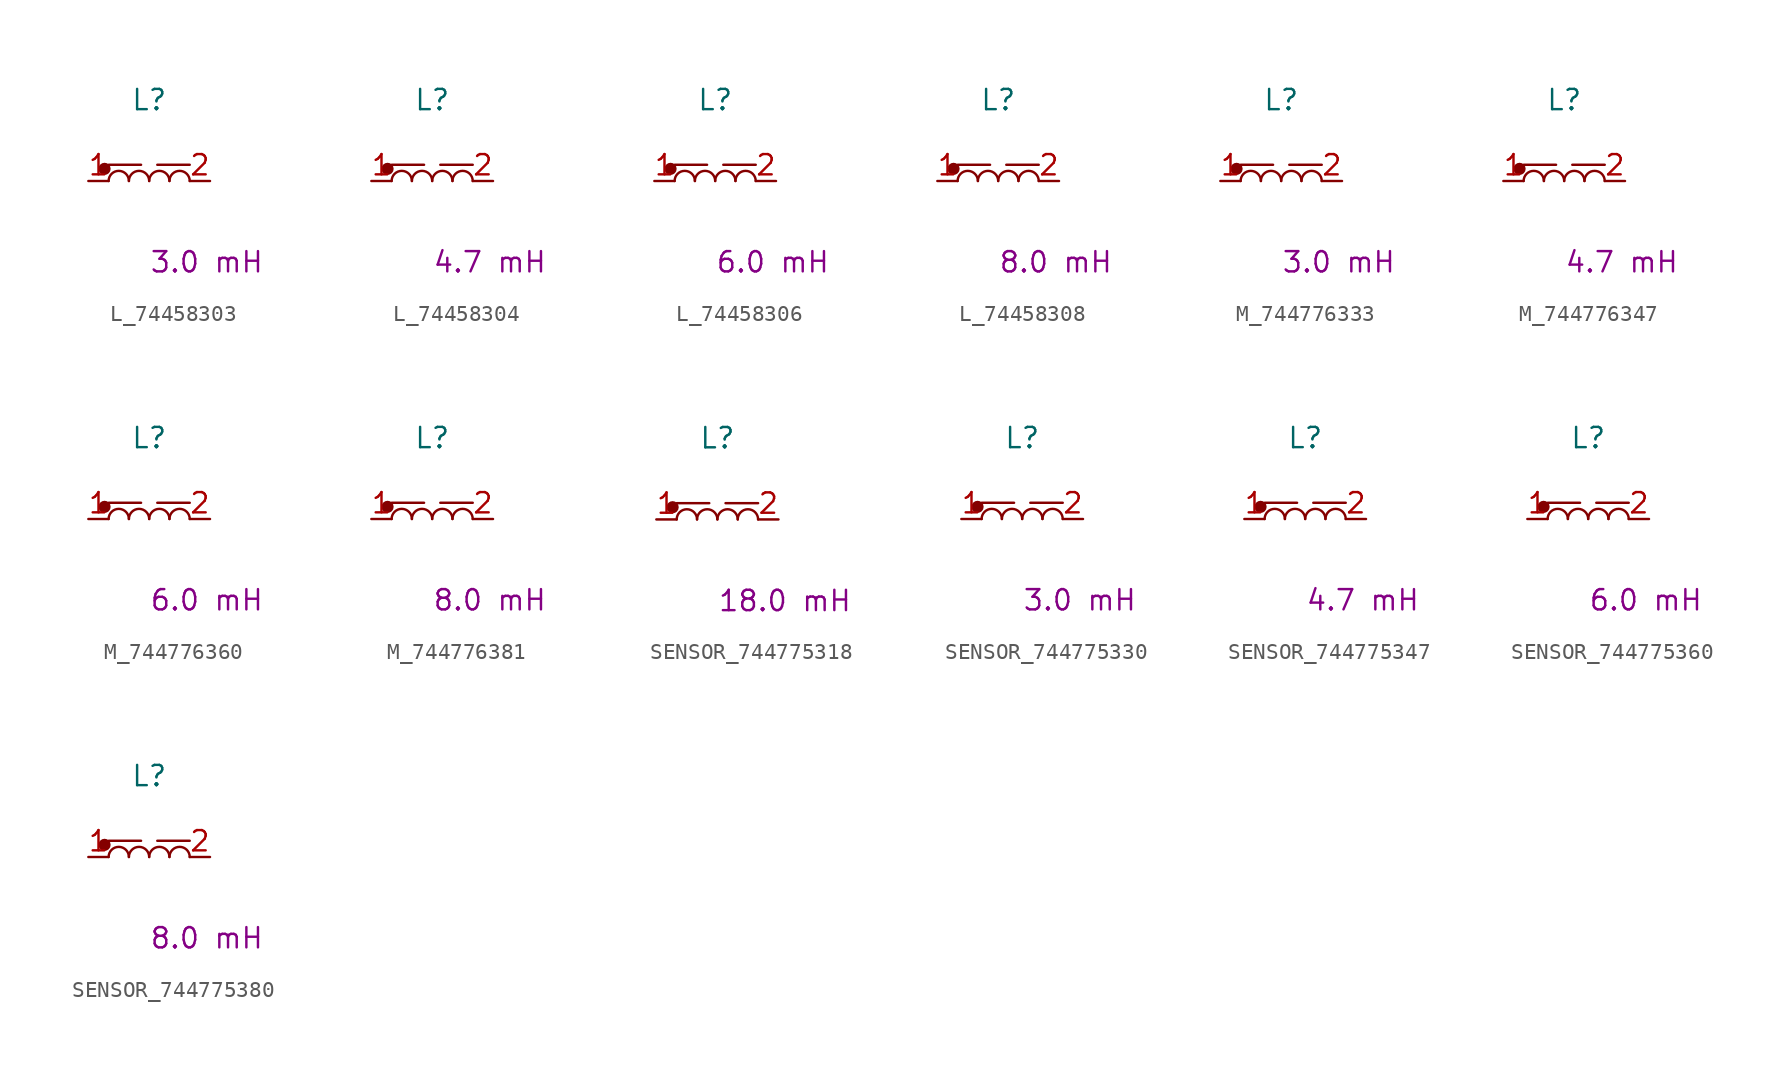
<source format=kicad_sym>
(kicad_symbol_lib
  (version 20220914)
  (generator kicad_symbol_editor)
  (symbol "L_74458303"
    (pin_names hide)
    (property "Reference" "L"
      (at 0 5.08 0)
      (effects (font (size 1.27 1.27))))
    (property "Critical Parameter" "3.0 mH"
      (at 0 -5.08 0)
      (effects (font (size 1.27 1.27)) (justify left)))
    (symbol "L_74458303_0_1"
      (arc (start -1.27 0) (mid -1.905 0.6323) (end -2.54 0) (stroke (width 0) (type default)) (fill (type none)))
      (arc (start 0 0) (mid -0.635 0.6323) (end -1.27 0) (stroke (width 0) (type default)) (fill (type none)))
      (polyline (pts (xy -2.54 1.016) (xy -0.508 1.016)) (stroke (width 0) (type default)) (fill (type none)))
      (arc (start 1.27 0) (mid 0.635 0.6323) (end 0 0) (stroke (width 0) (type default)) (fill (type none)))
      (arc (start 2.54 0) (mid 1.905 0.6323) (end 1.27 0) (stroke (width 0) (type default)) (fill (type none))))
    (symbol "L_74458303_1_1"
      (circle (center -2.794 0.762) (radius 0.0001) (stroke (width 0.381) (type default)) (fill (type none)))
      (polyline (pts (xy 2.54 1.016) (xy 0.508 1.016)) (stroke (width 0) (type default)) (fill (type none)))
      (pin passive line (at -3.81 0 0) (length 1.27) (name "1" (effects (font (size 1.27 1.27)))) (number "1" (effects (font (size 1.27 1.27)))))
      (pin passive line (at 3.81 0 180) (length 1.27) (name "2" (effects (font (size 1.27 1.27)))) (number "2" (effects (font (size 1.27 1.27)))))))
  (symbol "L_74458304"
    (pin_names hide)
    (property "Reference" "L"
      (at 0 5.08 0)
      (effects (font (size 1.27 1.27))))
    (property "Critical Parameter" "4.7 mH"
      (at 0 -5.08 0)
      (effects (font (size 1.27 1.27)) (justify left)))
    (symbol "L_74458304_0_1"
      (arc (start -1.27 0) (mid -1.905 0.6323) (end -2.54 0) (stroke (width 0) (type default)) (fill (type none)))
      (arc (start 0 0) (mid -0.635 0.6323) (end -1.27 0) (stroke (width 0) (type default)) (fill (type none)))
      (polyline (pts (xy -2.54 1.016) (xy -0.508 1.016)) (stroke (width 0) (type default)) (fill (type none)))
      (arc (start 1.27 0) (mid 0.635 0.6323) (end 0 0) (stroke (width 0) (type default)) (fill (type none)))
      (arc (start 2.54 0) (mid 1.905 0.6323) (end 1.27 0) (stroke (width 0) (type default)) (fill (type none))))
    (symbol "L_74458304_1_1"
      (circle (center -2.794 0.762) (radius 0.0001) (stroke (width 0.381) (type default)) (fill (type none)))
      (polyline (pts (xy 2.54 1.016) (xy 0.508 1.016)) (stroke (width 0) (type default)) (fill (type none)))
      (pin passive line (at -3.81 0 0) (length 1.27) (name "1" (effects (font (size 1.27 1.27)))) (number "1" (effects (font (size 1.27 1.27)))))
      (pin passive line (at 3.81 0 180) (length 1.27) (name "2" (effects (font (size 1.27 1.27)))) (number "2" (effects (font (size 1.27 1.27)))))))
  (symbol "L_74458306"
    (pin_names hide)
    (property "Reference" "L"
      (at 0 5.08 0)
      (effects (font (size 1.27 1.27))))
    (property "Critical Parameter" "6.0 mH"
      (at 0 -5.08 0)
      (effects (font (size 1.27 1.27)) (justify left)))
    (symbol "L_74458306_0_1"
      (arc (start -1.27 0) (mid -1.905 0.6323) (end -2.54 0) (stroke (width 0) (type default)) (fill (type none)))
      (arc (start 0 0) (mid -0.635 0.6323) (end -1.27 0) (stroke (width 0) (type default)) (fill (type none)))
      (polyline (pts (xy -2.54 1.016) (xy -0.508 1.016)) (stroke (width 0) (type default)) (fill (type none)))
      (arc (start 1.27 0) (mid 0.635 0.6323) (end 0 0) (stroke (width 0) (type default)) (fill (type none)))
      (arc (start 2.54 0) (mid 1.905 0.6323) (end 1.27 0) (stroke (width 0) (type default)) (fill (type none))))
    (symbol "L_74458306_1_1"
      (circle (center -2.794 0.762) (radius 0.0001) (stroke (width 0.381) (type default)) (fill (type none)))
      (polyline (pts (xy 2.54 1.016) (xy 0.508 1.016)) (stroke (width 0) (type default)) (fill (type none)))
      (pin passive line (at -3.81 0 0) (length 1.27) (name "1" (effects (font (size 1.27 1.27)))) (number "1" (effects (font (size 1.27 1.27)))))
      (pin passive line (at 3.81 0 180) (length 1.27) (name "2" (effects (font (size 1.27 1.27)))) (number "2" (effects (font (size 1.27 1.27)))))))
  (symbol "L_74458308"
    (pin_names hide)
    (property "Reference" "L"
      (at 0 5.08 0)
      (effects (font (size 1.27 1.27))))
    (property "Critical Parameter" "8.0 mH"
      (at 0 -5.08 0)
      (effects (font (size 1.27 1.27)) (justify left)))
    (symbol "L_74458308_0_1"
      (arc (start -1.27 0) (mid -1.905 0.6323) (end -2.54 0) (stroke (width 0) (type default)) (fill (type none)))
      (arc (start 0 0) (mid -0.635 0.6323) (end -1.27 0) (stroke (width 0) (type default)) (fill (type none)))
      (polyline (pts (xy -2.54 1.016) (xy -0.508 1.016)) (stroke (width 0) (type default)) (fill (type none)))
      (arc (start 1.27 0) (mid 0.635 0.6323) (end 0 0) (stroke (width 0) (type default)) (fill (type none)))
      (arc (start 2.54 0) (mid 1.905 0.6323) (end 1.27 0) (stroke (width 0) (type default)) (fill (type none))))
    (symbol "L_74458308_1_1"
      (circle (center -2.794 0.762) (radius 0.0001) (stroke (width 0.381) (type default)) (fill (type none)))
      (polyline (pts (xy 2.54 1.016) (xy 0.508 1.016)) (stroke (width 0) (type default)) (fill (type none)))
      (pin passive line (at -3.81 0 0) (length 1.27) (name "1" (effects (font (size 1.27 1.27)))) (number "1" (effects (font (size 1.27 1.27)))))
      (pin passive line (at 3.81 0 180) (length 1.27) (name "2" (effects (font (size 1.27 1.27)))) (number "2" (effects (font (size 1.27 1.27)))))))
  (symbol "M_744776333"
    (pin_names hide)
    (property "Reference" "L"
      (at 0 5.08 0)
      (effects (font (size 1.27 1.27))))
    (property "Critical Parameter" "3.0 mH"
      (at 0 -5.08 0)
      (effects (font (size 1.27 1.27)) (justify left)))
    (symbol "M_744776333_0_1"
      (arc (start -1.27 0) (mid -1.905 0.6323) (end -2.54 0) (stroke (width 0) (type default)) (fill (type none)))
      (arc (start 0 0) (mid -0.635 0.6323) (end -1.27 0) (stroke (width 0) (type default)) (fill (type none)))
      (polyline (pts (xy -2.54 1.016) (xy -0.508 1.016)) (stroke (width 0) (type default)) (fill (type none)))
      (arc (start 1.27 0) (mid 0.635 0.6323) (end 0 0) (stroke (width 0) (type default)) (fill (type none)))
      (arc (start 2.54 0) (mid 1.905 0.6323) (end 1.27 0) (stroke (width 0) (type default)) (fill (type none))))
    (symbol "M_744776333_1_1"
      (circle (center -2.794 0.762) (radius 0.0001) (stroke (width 0.381) (type default)) (fill (type none)))
      (polyline (pts (xy 2.54 1.016) (xy 0.508 1.016)) (stroke (width 0) (type default)) (fill (type none)))
      (pin passive line (at -3.81 0 0) (length 1.27) (name "1" (effects (font (size 1.27 1.27)))) (number "1" (effects (font (size 1.27 1.27)))))
      (pin passive line (at 3.81 0 180) (length 1.27) (name "2" (effects (font (size 1.27 1.27)))) (number "2" (effects (font (size 1.27 1.27)))))))
  (symbol "M_744776347"
    (pin_names hide)
    (property "Reference" "L"
      (at 0 5.08 0)
      (effects (font (size 1.27 1.27))))
    (property "Critical Parameter" "4.7 mH"
      (at 0 -5.08 0)
      (effects (font (size 1.27 1.27)) (justify left)))
    (symbol "M_744776347_0_1"
      (arc (start -1.27 0) (mid -1.905 0.6323) (end -2.54 0) (stroke (width 0) (type default)) (fill (type none)))
      (arc (start 0 0) (mid -0.635 0.6323) (end -1.27 0) (stroke (width 0) (type default)) (fill (type none)))
      (polyline (pts (xy -2.54 1.016) (xy -0.508 1.016)) (stroke (width 0) (type default)) (fill (type none)))
      (arc (start 1.27 0) (mid 0.635 0.6323) (end 0 0) (stroke (width 0) (type default)) (fill (type none)))
      (arc (start 2.54 0) (mid 1.905 0.6323) (end 1.27 0) (stroke (width 0) (type default)) (fill (type none))))
    (symbol "M_744776347_1_1"
      (circle (center -2.794 0.762) (radius 0.0001) (stroke (width 0.381) (type default)) (fill (type none)))
      (polyline (pts (xy 2.54 1.016) (xy 0.508 1.016)) (stroke (width 0) (type default)) (fill (type none)))
      (pin passive line (at -3.81 0 0) (length 1.27) (name "1" (effects (font (size 1.27 1.27)))) (number "1" (effects (font (size 1.27 1.27)))))
      (pin passive line (at 3.81 0 180) (length 1.27) (name "2" (effects (font (size 1.27 1.27)))) (number "2" (effects (font (size 1.27 1.27)))))))
  (symbol "M_744776360"
    (pin_names hide)
    (property "Reference" "L"
      (at 0 5.08 0)
      (effects (font (size 1.27 1.27))))
    (property "Critical Parameter" "6.0 mH"
      (at 0 -5.08 0)
      (effects (font (size 1.27 1.27)) (justify left)))
    (symbol "M_744776360_0_1"
      (arc (start -1.27 0) (mid -1.905 0.6323) (end -2.54 0) (stroke (width 0) (type default)) (fill (type none)))
      (arc (start 0 0) (mid -0.635 0.6323) (end -1.27 0) (stroke (width 0) (type default)) (fill (type none)))
      (polyline (pts (xy -2.54 1.016) (xy -0.508 1.016)) (stroke (width 0) (type default)) (fill (type none)))
      (arc (start 1.27 0) (mid 0.635 0.6323) (end 0 0) (stroke (width 0) (type default)) (fill (type none)))
      (arc (start 2.54 0) (mid 1.905 0.6323) (end 1.27 0) (stroke (width 0) (type default)) (fill (type none))))
    (symbol "M_744776360_1_1"
      (circle (center -2.794 0.762) (radius 0.0001) (stroke (width 0.381) (type default)) (fill (type none)))
      (polyline (pts (xy 2.54 1.016) (xy 0.508 1.016)) (stroke (width 0) (type default)) (fill (type none)))
      (pin passive line (at -3.81 0 0) (length 1.27) (name "1" (effects (font (size 1.27 1.27)))) (number "1" (effects (font (size 1.27 1.27)))))
      (pin passive line (at 3.81 0 180) (length 1.27) (name "2" (effects (font (size 1.27 1.27)))) (number "2" (effects (font (size 1.27 1.27)))))))
  (symbol "M_744776381"
    (pin_names hide)
    (property "Reference" "L"
      (at 0 5.08 0)
      (effects (font (size 1.27 1.27))))
    (property "Critical Parameter" "8.0 mH"
      (at 0 -5.08 0)
      (effects (font (size 1.27 1.27)) (justify left)))
    (symbol "M_744776381_0_1"
      (arc (start -1.27 0) (mid -1.905 0.6323) (end -2.54 0) (stroke (width 0) (type default)) (fill (type none)))
      (arc (start 0 0) (mid -0.635 0.6323) (end -1.27 0) (stroke (width 0) (type default)) (fill (type none)))
      (polyline (pts (xy -2.54 1.016) (xy -0.508 1.016)) (stroke (width 0) (type default)) (fill (type none)))
      (arc (start 1.27 0) (mid 0.635 0.6323) (end 0 0) (stroke (width 0) (type default)) (fill (type none)))
      (arc (start 2.54 0) (mid 1.905 0.6323) (end 1.27 0) (stroke (width 0) (type default)) (fill (type none))))
    (symbol "M_744776381_1_1"
      (circle (center -2.794 0.762) (radius 0.0001) (stroke (width 0.381) (type default)) (fill (type none)))
      (polyline (pts (xy 2.54 1.016) (xy 0.508 1.016)) (stroke (width 0) (type default)) (fill (type none)))
      (pin passive line (at -3.81 0 0) (length 1.27) (name "1" (effects (font (size 1.27 1.27)))) (number "1" (effects (font (size 1.27 1.27)))))
      (pin passive line (at 3.81 0 180) (length 1.27) (name "2" (effects (font (size 1.27 1.27)))) (number "2" (effects (font (size 1.27 1.27)))))))
  (symbol "SENSOR_744775318"
    (pin_names hide)
    (property "Reference" "L"
      (at 0 5.08 0)
      (effects (font (size 1.27 1.27))))
    (property "Critical Parameter" "18.0 mH"
      (at 0 -5.08 0)
      (effects (font (size 1.27 1.27)) (justify left)))
    (symbol "SENSOR_744775318_0_1"
      (arc (start -1.27 0) (mid -1.905 0.6323) (end -2.54 0) (stroke (width 0) (type default)) (fill (type none)))
      (arc (start 0 0) (mid -0.635 0.6323) (end -1.27 0) (stroke (width 0) (type default)) (fill (type none)))
      (polyline (pts (xy -2.54 1.016) (xy -0.508 1.016)) (stroke (width 0) (type default)) (fill (type none)))
      (arc (start 1.27 0) (mid 0.635 0.6323) (end 0 0) (stroke (width 0) (type default)) (fill (type none)))
      (arc (start 2.54 0) (mid 1.905 0.6323) (end 1.27 0) (stroke (width 0) (type default)) (fill (type none))))
    (symbol "SENSOR_744775318_1_1"
      (circle (center -2.794 0.762) (radius 0.0001) (stroke (width 0.381) (type default)) (fill (type none)))
      (polyline (pts (xy 2.54 1.016) (xy 0.508 1.016)) (stroke (width 0) (type default)) (fill (type none)))
      (pin passive line (at -3.81 0 0) (length 1.27) (name "1" (effects (font (size 1.27 1.27)))) (number "1" (effects (font (size 1.27 1.27)))))
      (pin passive line (at 3.81 0 180) (length 1.27) (name "2" (effects (font (size 1.27 1.27)))) (number "2" (effects (font (size 1.27 1.27)))))))
  (symbol "SENSOR_744775330"
    (pin_names hide)
    (property "Reference" "L"
      (at 0 5.08 0)
      (effects (font (size 1.27 1.27))))
    (property "Critical Parameter" "3.0 mH"
      (at 0 -5.08 0)
      (effects (font (size 1.27 1.27)) (justify left)))
    (symbol "SENSOR_744775330_0_1"
      (arc (start -1.27 0) (mid -1.905 0.6323) (end -2.54 0) (stroke (width 0) (type default)) (fill (type none)))
      (arc (start 0 0) (mid -0.635 0.6323) (end -1.27 0) (stroke (width 0) (type default)) (fill (type none)))
      (polyline (pts (xy -2.54 1.016) (xy -0.508 1.016)) (stroke (width 0) (type default)) (fill (type none)))
      (arc (start 1.27 0) (mid 0.635 0.6323) (end 0 0) (stroke (width 0) (type default)) (fill (type none)))
      (arc (start 2.54 0) (mid 1.905 0.6323) (end 1.27 0) (stroke (width 0) (type default)) (fill (type none))))
    (symbol "SENSOR_744775330_1_1"
      (circle (center -2.794 0.762) (radius 0.0001) (stroke (width 0.381) (type default)) (fill (type none)))
      (polyline (pts (xy 2.54 1.016) (xy 0.508 1.016)) (stroke (width 0) (type default)) (fill (type none)))
      (pin passive line (at -3.81 0 0) (length 1.27) (name "1" (effects (font (size 1.27 1.27)))) (number "1" (effects (font (size 1.27 1.27)))))
      (pin passive line (at 3.81 0 180) (length 1.27) (name "2" (effects (font (size 1.27 1.27)))) (number "2" (effects (font (size 1.27 1.27)))))))
  (symbol "SENSOR_744775347"
    (pin_names hide)
    (property "Reference" "L"
      (at 0 5.08 0)
      (effects (font (size 1.27 1.27))))
    (property "Critical Parameter" "4.7 mH"
      (at 0 -5.08 0)
      (effects (font (size 1.27 1.27)) (justify left)))
    (symbol "SENSOR_744775347_0_1"
      (arc (start -1.27 0) (mid -1.905 0.6323) (end -2.54 0) (stroke (width 0) (type default)) (fill (type none)))
      (arc (start 0 0) (mid -0.635 0.6323) (end -1.27 0) (stroke (width 0) (type default)) (fill (type none)))
      (polyline (pts (xy -2.54 1.016) (xy -0.508 1.016)) (stroke (width 0) (type default)) (fill (type none)))
      (arc (start 1.27 0) (mid 0.635 0.6323) (end 0 0) (stroke (width 0) (type default)) (fill (type none)))
      (arc (start 2.54 0) (mid 1.905 0.6323) (end 1.27 0) (stroke (width 0) (type default)) (fill (type none))))
    (symbol "SENSOR_744775347_1_1"
      (circle (center -2.794 0.762) (radius 0.0001) (stroke (width 0.381) (type default)) (fill (type none)))
      (polyline (pts (xy 2.54 1.016) (xy 0.508 1.016)) (stroke (width 0) (type default)) (fill (type none)))
      (pin passive line (at -3.81 0 0) (length 1.27) (name "1" (effects (font (size 1.27 1.27)))) (number "1" (effects (font (size 1.27 1.27)))))
      (pin passive line (at 3.81 0 180) (length 1.27) (name "2" (effects (font (size 1.27 1.27)))) (number "2" (effects (font (size 1.27 1.27)))))))
  (symbol "SENSOR_744775360"
    (pin_names hide)
    (property "Reference" "L"
      (at 0 5.08 0)
      (effects (font (size 1.27 1.27))))
    (property "Critical Parameter" "6.0 mH"
      (at 0 -5.08 0)
      (effects (font (size 1.27 1.27)) (justify left)))
    (symbol "SENSOR_744775360_0_1"
      (arc (start -1.27 0) (mid -1.905 0.6323) (end -2.54 0) (stroke (width 0) (type default)) (fill (type none)))
      (arc (start 0 0) (mid -0.635 0.6323) (end -1.27 0) (stroke (width 0) (type default)) (fill (type none)))
      (polyline (pts (xy -2.54 1.016) (xy -0.508 1.016)) (stroke (width 0) (type default)) (fill (type none)))
      (arc (start 1.27 0) (mid 0.635 0.6323) (end 0 0) (stroke (width 0) (type default)) (fill (type none)))
      (arc (start 2.54 0) (mid 1.905 0.6323) (end 1.27 0) (stroke (width 0) (type default)) (fill (type none))))
    (symbol "SENSOR_744775360_1_1"
      (circle (center -2.794 0.762) (radius 0.0001) (stroke (width 0.381) (type default)) (fill (type none)))
      (polyline (pts (xy 2.54 1.016) (xy 0.508 1.016)) (stroke (width 0) (type default)) (fill (type none)))
      (pin passive line (at -3.81 0 0) (length 1.27) (name "1" (effects (font (size 1.27 1.27)))) (number "1" (effects (font (size 1.27 1.27)))))
      (pin passive line (at 3.81 0 180) (length 1.27) (name "2" (effects (font (size 1.27 1.27)))) (number "2" (effects (font (size 1.27 1.27)))))))
  (symbol "SENSOR_744775380"
    (pin_names hide)
    (property "Reference" "L"
      (at 0 5.08 0)
      (effects (font (size 1.27 1.27))))
    (property "Critical Parameter" "8.0 mH"
      (at 0 -5.08 0)
      (effects (font (size 1.27 1.27)) (justify left)))
    (symbol "SENSOR_744775380_0_1"
      (arc (start -1.27 0) (mid -1.905 0.6323) (end -2.54 0) (stroke (width 0) (type default)) (fill (type none)))
      (arc (start 0 0) (mid -0.635 0.6323) (end -1.27 0) (stroke (width 0) (type default)) (fill (type none)))
      (polyline (pts (xy -2.54 1.016) (xy -0.508 1.016)) (stroke (width 0) (type default)) (fill (type none)))
      (arc (start 1.27 0) (mid 0.635 0.6323) (end 0 0) (stroke (width 0) (type default)) (fill (type none)))
      (arc (start 2.54 0) (mid 1.905 0.6323) (end 1.27 0) (stroke (width 0) (type default)) (fill (type none))))
    (symbol "SENSOR_744775380_1_1"
      (circle (center -2.794 0.762) (radius 0.0001) (stroke (width 0.381) (type default)) (fill (type none)))
      (polyline (pts (xy 2.54 1.016) (xy 0.508 1.016)) (stroke (width 0) (type default)) (fill (type none)))
      (pin passive line (at -3.81 0 0) (length 1.27) (name "1" (effects (font (size 1.27 1.27)))) (number "1" (effects (font (size 1.27 1.27)))))
      (pin passive line (at 3.81 0 180) (length 1.27) (name "2" (effects (font (size 1.27 1.27)))) (number "2" (effects (font (size 1.27 1.27))))))))
</source>
